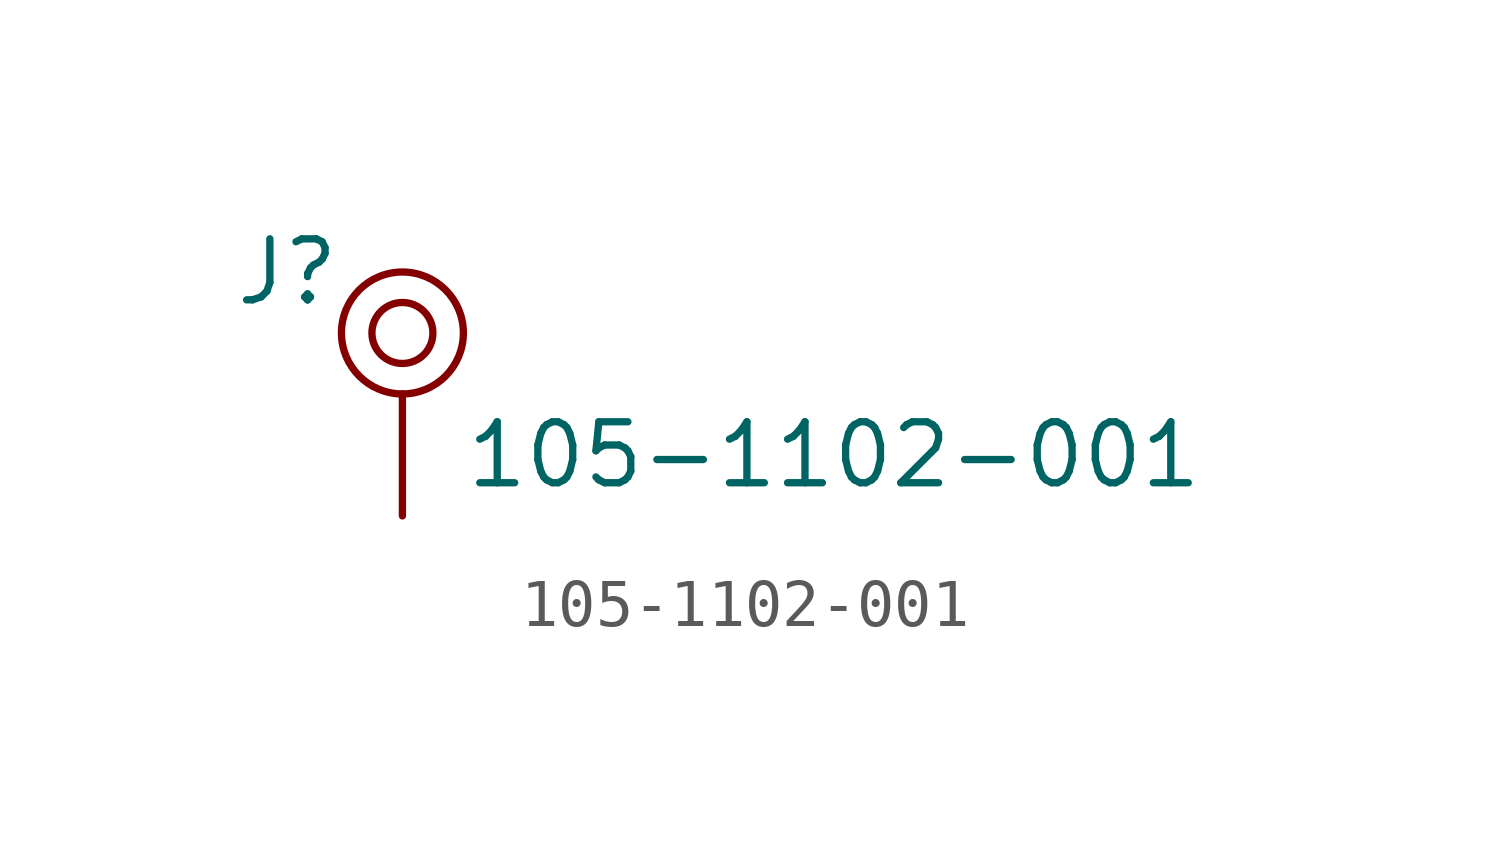
<source format=kicad_sym>
(kicad_symbol_lib
  (version 20201005)
  (generator kicad_symbol_editor)
  (symbol "105-1102-001"
    (pin_numbers hide)
    (pin_names
      (offset 1.016) hide)
    (property "Reference" "J"
      (at -1.27 1.27 0)
      (effects (font (size 1.27 1.27)) (justify right)))
    (property "Value" "105-1102-001"
      (at 1.27 -2.54 0)
      (effects (font (size 1.27 1.27)) (justify left)))
    (symbol "105-1102-001_0_1"
      (circle (center 0 0) (radius 1.27) (stroke (width 0)) (fill (type none))))
    (symbol "105-1102-001_1_1"
      (circle (center 0 0) (radius 0.635) (stroke (width 0)) (fill (type none)))
      (pin passive line (at 0 -3.81 90) (length 2.54) (name "~" (effects (font (size 1.27 1.27)))) (number "1" (effects (font (size 1.27 1.27))))))))
</source>
